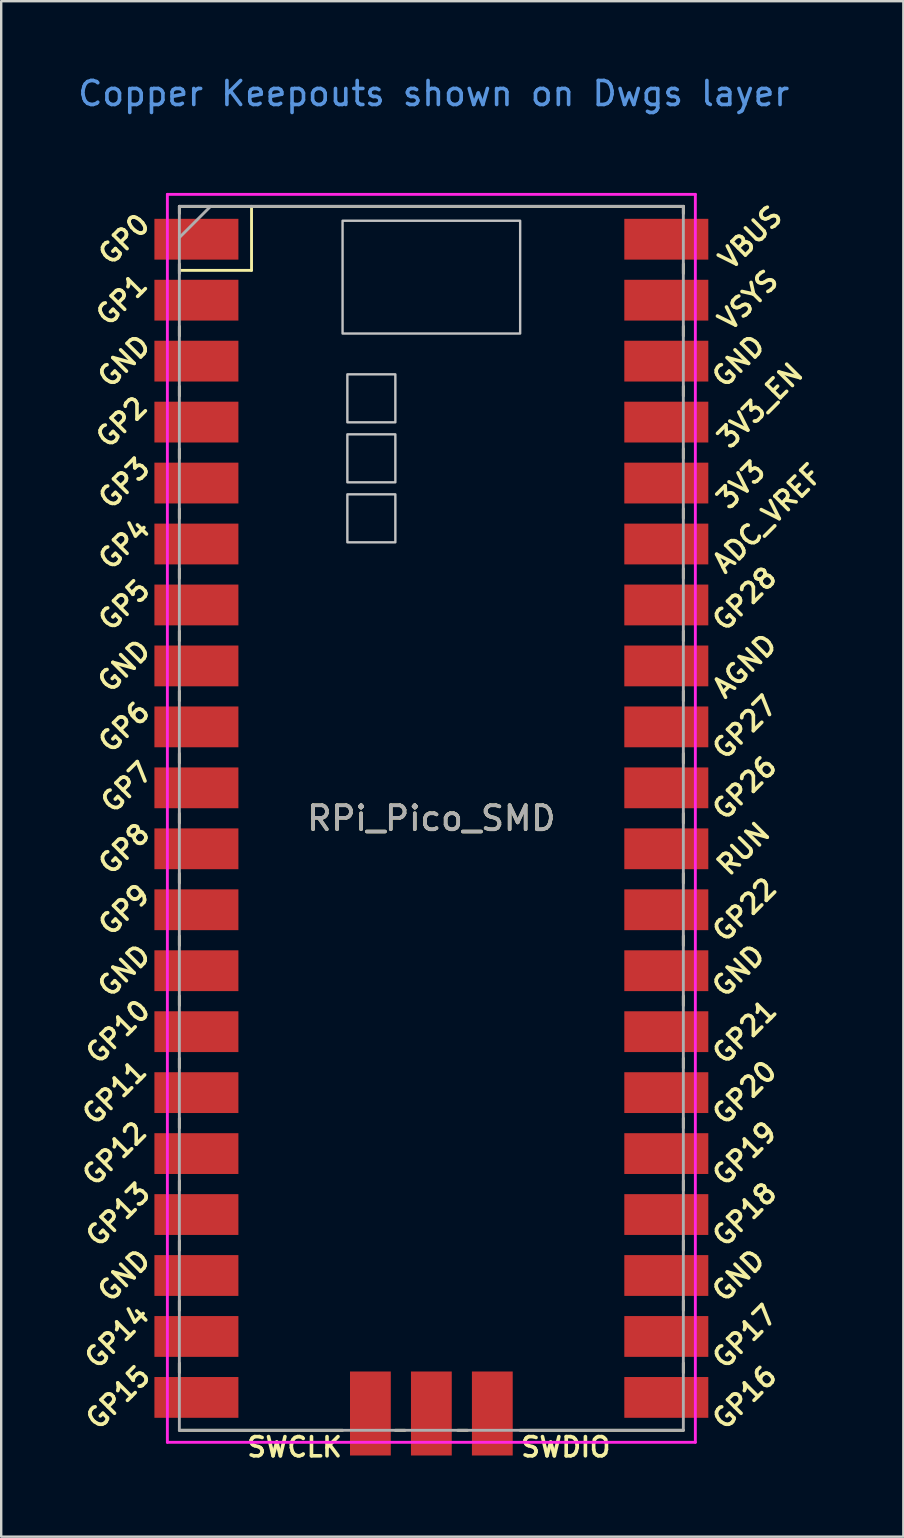
<source format=kicad_pcb>
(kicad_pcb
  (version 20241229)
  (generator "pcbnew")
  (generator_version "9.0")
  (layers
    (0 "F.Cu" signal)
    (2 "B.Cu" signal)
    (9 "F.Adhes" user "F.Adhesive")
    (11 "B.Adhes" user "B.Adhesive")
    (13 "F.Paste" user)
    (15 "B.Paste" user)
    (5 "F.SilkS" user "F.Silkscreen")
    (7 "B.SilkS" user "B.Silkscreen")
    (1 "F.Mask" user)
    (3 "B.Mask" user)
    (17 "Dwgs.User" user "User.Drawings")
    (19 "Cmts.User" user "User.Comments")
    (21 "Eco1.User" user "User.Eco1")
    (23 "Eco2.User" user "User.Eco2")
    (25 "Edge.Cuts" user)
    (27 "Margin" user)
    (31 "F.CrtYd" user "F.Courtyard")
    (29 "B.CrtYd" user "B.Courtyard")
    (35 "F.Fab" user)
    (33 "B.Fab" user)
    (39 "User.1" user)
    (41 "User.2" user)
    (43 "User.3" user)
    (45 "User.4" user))
  (footprint "RPi_Pico_SMD"
    (layer "F.Cu")
    (at 14.924 31.048)
    (property "Reference" "RPi_Pico_SMD" (at 0 0 0) (layer "F.SilkS") (effects (font (size 1 1) (thickness 0.15))))
    (attr through_hole)
    (fp_line (start -10.5 -25.5) (end -10.5 -25.2) (stroke (width 0.12) (type solid)) (layer "F.SilkS"))
    (fp_line (start -10.5 -25.5) (end 10.5 -25.5) (stroke (width 0.12) (type solid)) (layer "F.SilkS"))
    (fp_line (start -10.5 -23.1) (end -10.5 -22.7) (stroke (width 0.12) (type solid)) (layer "F.SilkS"))
    (fp_line (start -10.5 -22.833) (end -7.493 -22.833) (stroke (width 0.12) (type solid)) (layer "F.SilkS"))
    (fp_line (start -10.5 -20.5) (end -10.5 -20.1) (stroke (width 0.12) (type solid)) (layer "F.SilkS"))
    (fp_line (start -10.5 -18) (end -10.5 -17.6) (stroke (width 0.12) (type solid)) (layer "F.SilkS"))
    (fp_line (start -10.5 -15.4) (end -10.5 -15) (stroke (width 0.12) (type solid)) (layer "F.SilkS"))
    (fp_line (start -10.5 -12.9) (end -10.5 -12.5) (stroke (width 0.12) (type solid)) (layer "F.SilkS"))
    (fp_line (start -10.5 -10.4) (end -10.5 -10) (stroke (width 0.12) (type solid)) (layer "F.SilkS"))
    (fp_line (start -10.5 -7.8) (end -10.5 -7.4) (stroke (width 0.12) (type solid)) (layer "F.SilkS"))
    (fp_line (start -10.5 -5.3) (end -10.5 -4.9) (stroke (width 0.12) (type solid)) (layer "F.SilkS"))
    (fp_line (start -10.5 -2.7) (end -10.5 -2.3) (stroke (width 0.12) (type solid)) (layer "F.SilkS"))
    (fp_line (start -10.5 -0.2) (end -10.5 0.2) (stroke (width 0.12) (type solid)) (layer "F.SilkS"))
    (fp_line (start -10.5 2.3) (end -10.5 2.7) (stroke (width 0.12) (type solid)) (layer "F.SilkS"))
    (fp_line (start -10.5 4.9) (end -10.5 5.3) (stroke (width 0.12) (type solid)) (layer "F.SilkS"))
    (fp_line (start -10.5 7.4) (end -10.5 7.8) (stroke (width 0.12) (type solid)) (layer "F.SilkS"))
    (fp_line (start -10.5 10) (end -10.5 10.4) (stroke (width 0.12) (type solid)) (layer "F.SilkS"))
    (fp_line (start -10.5 12.5) (end -10.5 12.9) (stroke (width 0.12) (type solid)) (layer "F.SilkS"))
    (fp_line (start -10.5 15.1) (end -10.5 15.5) (stroke (width 0.12) (type solid)) (layer "F.SilkS"))
    (fp_line (start -10.5 17.6) (end -10.5 18) (stroke (width 0.12) (type solid)) (layer "F.SilkS"))
    (fp_line (start -10.5 20.1) (end -10.5 20.5) (stroke (width 0.12) (type solid)) (layer "F.SilkS"))
    (fp_line (start -10.5 22.7) (end -10.5 23.1) (stroke (width 0.12) (type solid)) (layer "F.SilkS"))
    (fp_line (start -7.493 -22.833) (end -7.493 -25.5) (stroke (width 0.12) (type solid)) (layer "F.SilkS"))
    (fp_line (start -3.7 25.5) (end -10.5 25.5) (stroke (width 0.12) (type solid)) (layer "F.SilkS"))
    (fp_line (start -1.5 25.5) (end -1.1 25.5) (stroke (width 0.12) (type solid)) (layer "F.SilkS"))
    (fp_line (start 1.1 25.5) (end 1.5 25.5) (stroke (width 0.12) (type solid)) (layer "F.SilkS"))
    (fp_line (start 10.5 -25.5) (end 10.5 -25.2) (stroke (width 0.12) (type solid)) (layer "F.SilkS"))
    (fp_line (start 10.5 -23.1) (end 10.5 -22.7) (stroke (width 0.12) (type solid)) (layer "F.SilkS"))
    (fp_line (start 10.5 -20.5) (end 10.5 -20.1) (stroke (width 0.12) (type solid)) (layer "F.SilkS"))
    (fp_line (start 10.5 -18) (end 10.5 -17.6) (stroke (width 0.12) (type solid)) (layer "F.SilkS"))
    (fp_line (start 10.5 -15.4) (end 10.5 -15) (stroke (width 0.12) (type solid)) (layer "F.SilkS"))
    (fp_line (start 10.5 -12.9) (end 10.5 -12.5) (stroke (width 0.12) (type solid)) (layer "F.SilkS"))
    (fp_line (start 10.5 -10.4) (end 10.5 -10) (stroke (width 0.12) (type solid)) (layer "F.SilkS"))
    (fp_line (start 10.5 -7.8) (end 10.5 -7.4) (stroke (width 0.12) (type solid)) (layer "F.SilkS"))
    (fp_line (start 10.5 -5.3) (end 10.5 -4.9) (stroke (width 0.12) (type solid)) (layer "F.SilkS"))
    (fp_line (start 10.5 -2.7) (end 10.5 -2.3) (stroke (width 0.12) (type solid)) (layer "F.SilkS"))
    (fp_line (start 10.5 -0.2) (end 10.5 0.2) (stroke (width 0.12) (type solid)) (layer "F.SilkS"))
    (fp_line (start 10.5 2.3) (end 10.5 2.7) (stroke (width 0.12) (type solid)) (layer "F.SilkS"))
    (fp_line (start 10.5 4.9) (end 10.5 5.3) (stroke (width 0.12) (type solid)) (layer "F.SilkS"))
    (fp_line (start 10.5 7.4) (end 10.5 7.8) (stroke (width 0.12) (type solid)) (layer "F.SilkS"))
    (fp_line (start 10.5 10) (end 10.5 10.4) (stroke (width 0.12) (type solid)) (layer "F.SilkS"))
    (fp_line (start 10.5 12.5) (end 10.5 12.9) (stroke (width 0.12) (type solid)) (layer "F.SilkS"))
    (fp_line (start 10.5 15.1) (end 10.5 15.5) (stroke (width 0.12) (type solid)) (layer "F.SilkS"))
    (fp_line (start 10.5 17.6) (end 10.5 18) (stroke (width 0.12) (type solid)) (layer "F.SilkS"))
    (fp_line (start 10.5 20.1) (end 10.5 20.5) (stroke (width 0.12) (type solid)) (layer "F.SilkS"))
    (fp_line (start 10.5 22.7) (end 10.5 23.1) (stroke (width 0.12) (type solid)) (layer "F.SilkS"))
    (fp_line (start 10.5 25.5) (end 3.7 25.5) (stroke (width 0.12) (type solid)) (layer "F.SilkS"))
    (fp_poly (pts (xy -1.5 -16.5) (xy -3.5 -16.5) (xy -3.5 -18.5) (xy -1.5 -18.5)) (stroke (width 0.1) (type solid)) (fill no) (layer "Dwgs.User"))
    (fp_poly (pts (xy -1.5 -14) (xy -3.5 -14) (xy -3.5 -16) (xy -1.5 -16)) (stroke (width 0.1) (type solid)) (fill no) (layer "Dwgs.User"))
    (fp_poly (pts (xy -1.5 -11.5) (xy -3.5 -11.5) (xy -3.5 -13.5) (xy -1.5 -13.5)) (stroke (width 0.1) (type solid)) (fill no) (layer "Dwgs.User"))
    (fp_poly (pts (xy 3.7 -20.2) (xy -3.7 -20.2) (xy -3.7 -24.9) (xy 3.7 -24.9)) (stroke (width 0.1) (type solid)) (fill no) (layer "Dwgs.User"))
    (fp_line (start -11 -26) (end 11 -26) (stroke (width 0.12) (type solid)) (layer "F.CrtYd"))
    (fp_line (start -11 26) (end -11 -26) (stroke (width 0.12) (type solid)) (layer "F.CrtYd"))
    (fp_line (start 11 -26) (end 11 26) (stroke (width 0.12) (type solid)) (layer "F.CrtYd"))
    (fp_line (start 11 26) (end -11 26) (stroke (width 0.12) (type solid)) (layer "F.CrtYd"))
    (fp_line (start -10.5 -25.5) (end 10.5 -25.5) (stroke (width 0.12) (type solid)) (layer "F.Fab"))
    (fp_line (start -10.5 -24.2) (end -9.2 -25.5) (stroke (width 0.12) (type solid)) (layer "F.Fab"))
    (fp_line (start -10.5 25.5) (end -10.5 -25.5) (stroke (width 0.12) (type solid)) (layer "F.Fab"))
    (fp_line (start 10.5 -25.5) (end 10.5 25.5) (stroke (width 0.12) (type solid)) (layer "F.Fab"))
    (fp_line (start 10.5 25.5) (end -10.5 25.5) (stroke (width 0.12) (type solid)) (layer "F.Fab"))
    (fp_text user "GP6" (at -12.8 -3.81 45) (layer "F.SilkS") (effects (font (size 0.8 0.8) (thickness 0.15))))
    (fp_text user "GP12" (at -13.2 13.97 45) (layer "F.SilkS") (effects (font (size 0.8 0.8) (thickness 0.15))))
    (fp_text user "GND" (at -12.8 6.35 45) (layer "F.SilkS") (effects (font (size 0.8 0.8) (thickness 0.15))))
    (fp_text user "GND" (at -12.8 -19.05 45) (layer "F.SilkS") (effects (font (size 0.8 0.8) (thickness 0.15))))
    (fp_text user "GP0" (at -12.8 -24.13 45) (layer "F.SilkS") (effects (font (size 0.8 0.8) (thickness 0.15))))
    (fp_text user "AGND" (at 13.054 -6.35 45) (layer "F.SilkS") (effects (font (size 0.8 0.8) (thickness 0.15))))
    (fp_text user "VBUS" (at 13.3 -24.2 45) (layer "F.SilkS") (effects (font (size 0.8 0.8) (thickness 0.15))))
    (fp_text user "GP8" (at -12.8 1.27 45) (layer "F.SilkS") (effects (font (size 0.8 0.8) (thickness 0.15))))
    (fp_text user "GP13" (at -13.054 16.51 45) (layer "F.SilkS") (effects (font (size 0.8 0.8) (thickness 0.15))))
    (fp_text user "GP20" (at 13.054 11.43 45) (layer "F.SilkS") (effects (font (size 0.8 0.8) (thickness 0.15))))
    (fp_text user "GP14" (at -13.1 21.59 45) (layer "F.SilkS") (effects (font (size 0.8 0.8) (thickness 0.15))))
    (fp_text user "GP9" (at -12.8 3.81 45) (layer "F.SilkS") (effects (font (size 0.8 0.8) (thickness 0.15))))
    (fp_text user "GP10" (at -13.054 8.89 45) (layer "F.SilkS") (effects (font (size 0.8 0.8) (thickness 0.15))))
    (fp_text user "GND" (at 12.8 19.05 45) (layer "F.SilkS") (effects (font (size 0.8 0.8) (thickness 0.15))))
    (fp_text user "3V3" (at 12.9 -13.9 45) (layer "F.SilkS") (effects (font (size 0.8 0.8) (thickness 0.15))))
    (fp_text user "GP16" (at 13.054 24.13 45) (layer "F.SilkS") (effects (font (size 0.8 0.8) (thickness 0.15))))
    (fp_text user "GP7" (at -12.7 -1.3 45) (layer "F.SilkS") (effects (font (size 0.8 0.8) (thickness 0.15))))
    (fp_text user "GP3" (at -12.8 -13.97 45) (layer "F.SilkS") (effects (font (size 0.8 0.8) (thickness 0.15))))
    (fp_text user "SWCLK" (at -5.7 26.2 0) (layer "F.SilkS") (effects (font (size 0.8 0.8) (thickness 0.15))))
    (fp_text user "GP21" (at 13.054 8.9 45) (layer "F.SilkS") (effects (font (size 0.8 0.8) (thickness 0.15))))
    (fp_text user "VSYS" (at 13.2 -21.59 45) (layer "F.SilkS") (effects (font (size 0.8 0.8) (thickness 0.15))))
    (fp_text user "GP22" (at 13.054 3.81 45) (layer "F.SilkS") (effects (font (size 0.8 0.8) (thickness 0.15))))
    (fp_text user "GP26" (at 13.054 -1.27 45) (layer "F.SilkS") (effects (font (size 0.8 0.8) (thickness 0.15))))
    (fp_text user "GND" (at -12.8 19.05 45) (layer "F.SilkS") (effects (font (size 0.8 0.8) (thickness 0.15))))
    (fp_text user "SWDIO" (at 5.6 26.2 0) (layer "F.SilkS") (effects (font (size 0.8 0.8) (thickness 0.15))))
    (fp_text user "GP17" (at 13.054 21.59 45) (layer "F.SilkS") (effects (font (size 0.8 0.8) (thickness 0.15))))
    (fp_text user "GND" (at 12.8 6.35 45) (layer "F.SilkS") (effects (font (size 0.8 0.8) (thickness 0.15))))
    (fp_text user "GP4" (at -12.8 -11.43 45) (layer "F.SilkS") (effects (font (size 0.8 0.8) (thickness 0.15))))
    (fp_text user "ADC_VREF" (at 14 -12.5 45) (layer "F.SilkS") (effects (font (size 0.8 0.8) (thickness 0.15))))
    (fp_text user "GP28" (at 13.054 -9.144 45) (layer "F.SilkS") (effects (font (size 0.8 0.8) (thickness 0.15))))
    (fp_text user "GP19" (at 13.054 13.97 45) (layer "F.SilkS") (effects (font (size 0.8 0.8) (thickness 0.15))))
    (fp_text user "GP2" (at -12.9 -16.51 45) (layer "F.SilkS") (effects (font (size 0.8 0.8) (thickness 0.15))))
    (fp_text user "RUN" (at 13 1.27 45) (layer "F.SilkS") (effects (font (size 0.8 0.8) (thickness 0.15))))
    (fp_text user "GP15" (at -13.054 24.13 45) (layer "F.SilkS") (effects (font (size 0.8 0.8) (thickness 0.15))))
    (fp_text user "GND" (at 12.8 -19.05 45) (layer "F.SilkS") (effects (font (size 0.8 0.8) (thickness 0.15))))
    (fp_text user "GND" (at -12.8 -6.35 45) (layer "F.SilkS") (effects (font (size 0.8 0.8) (thickness 0.15))))
    (fp_text user "3V3_EN" (at 13.7 -17.2 45) (layer "F.SilkS") (effects (font (size 0.8 0.8) (thickness 0.15))))
    (fp_text user "GP1" (at -12.9 -21.6 45) (layer "F.SilkS") (effects (font (size 0.8 0.8) (thickness 0.15))))
    (fp_text user "GP27" (at 13.054 -3.8 45) (layer "F.SilkS") (effects (font (size 0.8 0.8) (thickness 0.15))))
    (fp_text user "GP5" (at -12.8 -8.89 45) (layer "F.SilkS") (effects (font (size 0.8 0.8) (thickness 0.15))))
    (fp_text user "GP18" (at 13.054 16.51 45) (layer "F.SilkS") (effects (font (size 0.8 0.8) (thickness 0.15))))
    (fp_text user "GP11" (at -13.2 11.43 45) (layer "F.SilkS") (effects (font (size 0.8 0.8) (thickness 0.15))))
    (fp_text user "Copper Keepouts shown on Dwgs layer" (at 0.1 -30.2 0) (layer "Cmts.User") (effects (font (size 1 1) (thickness 0.15))))
    (fp_text user "${REFERENCE}" (at 0 0 180) (layer "F.Fab") (effects (font (size 1 1) (thickness 0.15))))
    (pad "1" smd rect (at -8.89 -24.13) (size 3.5 1.7) (drill (offset -0.9 0)) (layers "F.Cu" "F.Mask"))
    (pad "2" smd rect (at -8.89 -21.59) (size 3.5 1.7) (drill (offset -0.9 0)) (layers "F.Cu" "F.Mask"))
    (pad "3" smd rect (at -8.89 -19.05) (size 3.5 1.7) (drill (offset -0.9 0)) (layers "F.Cu" "F.Mask"))
    (pad "4" smd rect (at -8.89 -16.51) (size 3.5 1.7) (drill (offset -0.9 0)) (layers "F.Cu" "F.Mask"))
    (pad "5" smd rect (at -8.89 -13.97) (size 3.5 1.7) (drill (offset -0.9 0)) (layers "F.Cu" "F.Mask"))
    (pad "6" smd rect (at -8.89 -11.43) (size 3.5 1.7) (drill (offset -0.9 0)) (layers "F.Cu" "F.Mask"))
    (pad "7" smd rect (at -8.89 -8.89) (size 3.5 1.7) (drill (offset -0.9 0)) (layers "F.Cu" "F.Mask"))
    (pad "8" smd rect (at -8.89 -6.35) (size 3.5 1.7) (drill (offset -0.9 0)) (layers "F.Cu" "F.Mask"))
    (pad "9" smd rect (at -8.89 -3.81) (size 3.5 1.7) (drill (offset -0.9 0)) (layers "F.Cu" "F.Mask"))
    (pad "10" smd rect (at -8.89 -1.27) (size 3.5 1.7) (drill (offset -0.9 0)) (layers "F.Cu" "F.Mask"))
    (pad "11" smd rect (at -8.89 1.27) (size 3.5 1.7) (drill (offset -0.9 0)) (layers "F.Cu" "F.Mask"))
    (pad "12" smd rect (at -8.89 3.81) (size 3.5 1.7) (drill (offset -0.9 0)) (layers "F.Cu" "F.Mask"))
    (pad "13" smd rect (at -8.89 6.35) (size 3.5 1.7) (drill (offset -0.9 0)) (layers "F.Cu" "F.Mask"))
    (pad "14" smd rect (at -8.89 8.89) (size 3.5 1.7) (drill (offset -0.9 0)) (layers "F.Cu" "F.Mask"))
    (pad "15" smd rect (at -8.89 11.43) (size 3.5 1.7) (drill (offset -0.9 0)) (layers "F.Cu" "F.Mask"))
    (pad "16" smd rect (at -8.89 13.97) (size 3.5 1.7) (drill (offset -0.9 0)) (layers "F.Cu" "F.Mask"))
    (pad "17" smd rect (at -8.89 16.51) (size 3.5 1.7) (drill (offset -0.9 0)) (layers "F.Cu" "F.Mask"))
    (pad "18" smd rect (at -8.89 19.05) (size 3.5 1.7) (drill (offset -0.9 0)) (layers "F.Cu" "F.Mask"))
    (pad "19" smd rect (at -8.89 21.59) (size 3.5 1.7) (drill (offset -0.9 0)) (layers "F.Cu" "F.Mask"))
    (pad "20" smd rect (at -8.89 24.13) (size 3.5 1.7) (drill (offset -0.9 0)) (layers "F.Cu" "F.Mask"))
    (pad "21" smd rect (at 8.89 24.13) (size 3.5 1.7) (drill (offset 0.9 0)) (layers "F.Cu" "F.Mask"))
    (pad "22" smd rect (at 8.89 21.59) (size 3.5 1.7) (drill (offset 0.9 0)) (layers "F.Cu" "F.Mask"))
    (pad "23" smd rect (at 8.89 19.05) (size 3.5 1.7) (drill (offset 0.9 0)) (layers "F.Cu" "F.Mask"))
    (pad "24" smd rect (at 8.89 16.51) (size 3.5 1.7) (drill (offset 0.9 0)) (layers "F.Cu" "F.Mask"))
    (pad "25" smd rect (at 8.89 13.97) (size 3.5 1.7) (drill (offset 0.9 0)) (layers "F.Cu" "F.Mask"))
    (pad "26" smd rect (at 8.89 11.43) (size 3.5 1.7) (drill (offset 0.9 0)) (layers "F.Cu" "F.Mask"))
    (pad "27" smd rect (at 8.89 8.89) (size 3.5 1.7) (drill (offset 0.9 0)) (layers "F.Cu" "F.Mask"))
    (pad "28" smd rect (at 8.89 6.35) (size 3.5 1.7) (drill (offset 0.9 0)) (layers "F.Cu" "F.Mask"))
    (pad "29" smd rect (at 8.89 3.81) (size 3.5 1.7) (drill (offset 0.9 0)) (layers "F.Cu" "F.Mask"))
    (pad "30" smd rect (at 8.89 1.27) (size 3.5 1.7) (drill (offset 0.9 0)) (layers "F.Cu" "F.Mask"))
    (pad "31" smd rect (at 8.89 -1.27) (size 3.5 1.7) (drill (offset 0.9 0)) (layers "F.Cu" "F.Mask"))
    (pad "32" smd rect (at 8.89 -3.81) (size 3.5 1.7) (drill (offset 0.9 0)) (layers "F.Cu" "F.Mask"))
    (pad "33" smd rect (at 8.89 -6.35) (size 3.5 1.7) (drill (offset 0.9 0)) (layers "F.Cu" "F.Mask"))
    (pad "34" smd rect (at 8.89 -8.89) (size 3.5 1.7) (drill (offset 0.9 0)) (layers "F.Cu" "F.Mask"))
    (pad "35" smd rect (at 8.89 -11.43) (size 3.5 1.7) (drill (offset 0.9 0)) (layers "F.Cu" "F.Mask"))
    (pad "36" smd rect (at 8.89 -13.97) (size 3.5 1.7) (drill (offset 0.9 0)) (layers "F.Cu" "F.Mask"))
    (pad "37" smd rect (at 8.89 -16.51) (size 3.5 1.7) (drill (offset 0.9 0)) (layers "F.Cu" "F.Mask"))
    (pad "38" smd rect (at 8.89 -19.05) (size 3.5 1.7) (drill (offset 0.9 0)) (layers "F.Cu" "F.Mask"))
    (pad "39" smd rect (at 8.89 -21.59) (size 3.5 1.7) (drill (offset 0.9 0)) (layers "F.Cu" "F.Mask"))
    (pad "40" smd rect (at 8.89 -24.13) (size 3.5 1.7) (drill (offset 0.9 0)) (layers "F.Cu" "F.Mask"))
    (pad "41" smd rect (at -2.54 23.9 90) (size 3.5 1.7) (drill (offset -0.9 0)) (layers "F.Cu" "F.Mask"))
    (pad "42" smd rect (at 0 23.9 90) (size 3.5 1.7) (drill (offset -0.9 0)) (layers "F.Cu" "F.Mask"))
    (pad "43" smd rect (at 2.54 23.9 90) (size 3.5 1.7) (drill (offset -0.9 0)) (layers "F.Cu" "F.Mask")))
  (gr_rect
    (start -3 -3)
    (end 34.591 60.98)
    (stroke (width 0.1) (type default))
    (fill no)
    (layer "Edge.Cuts")))
</source>
